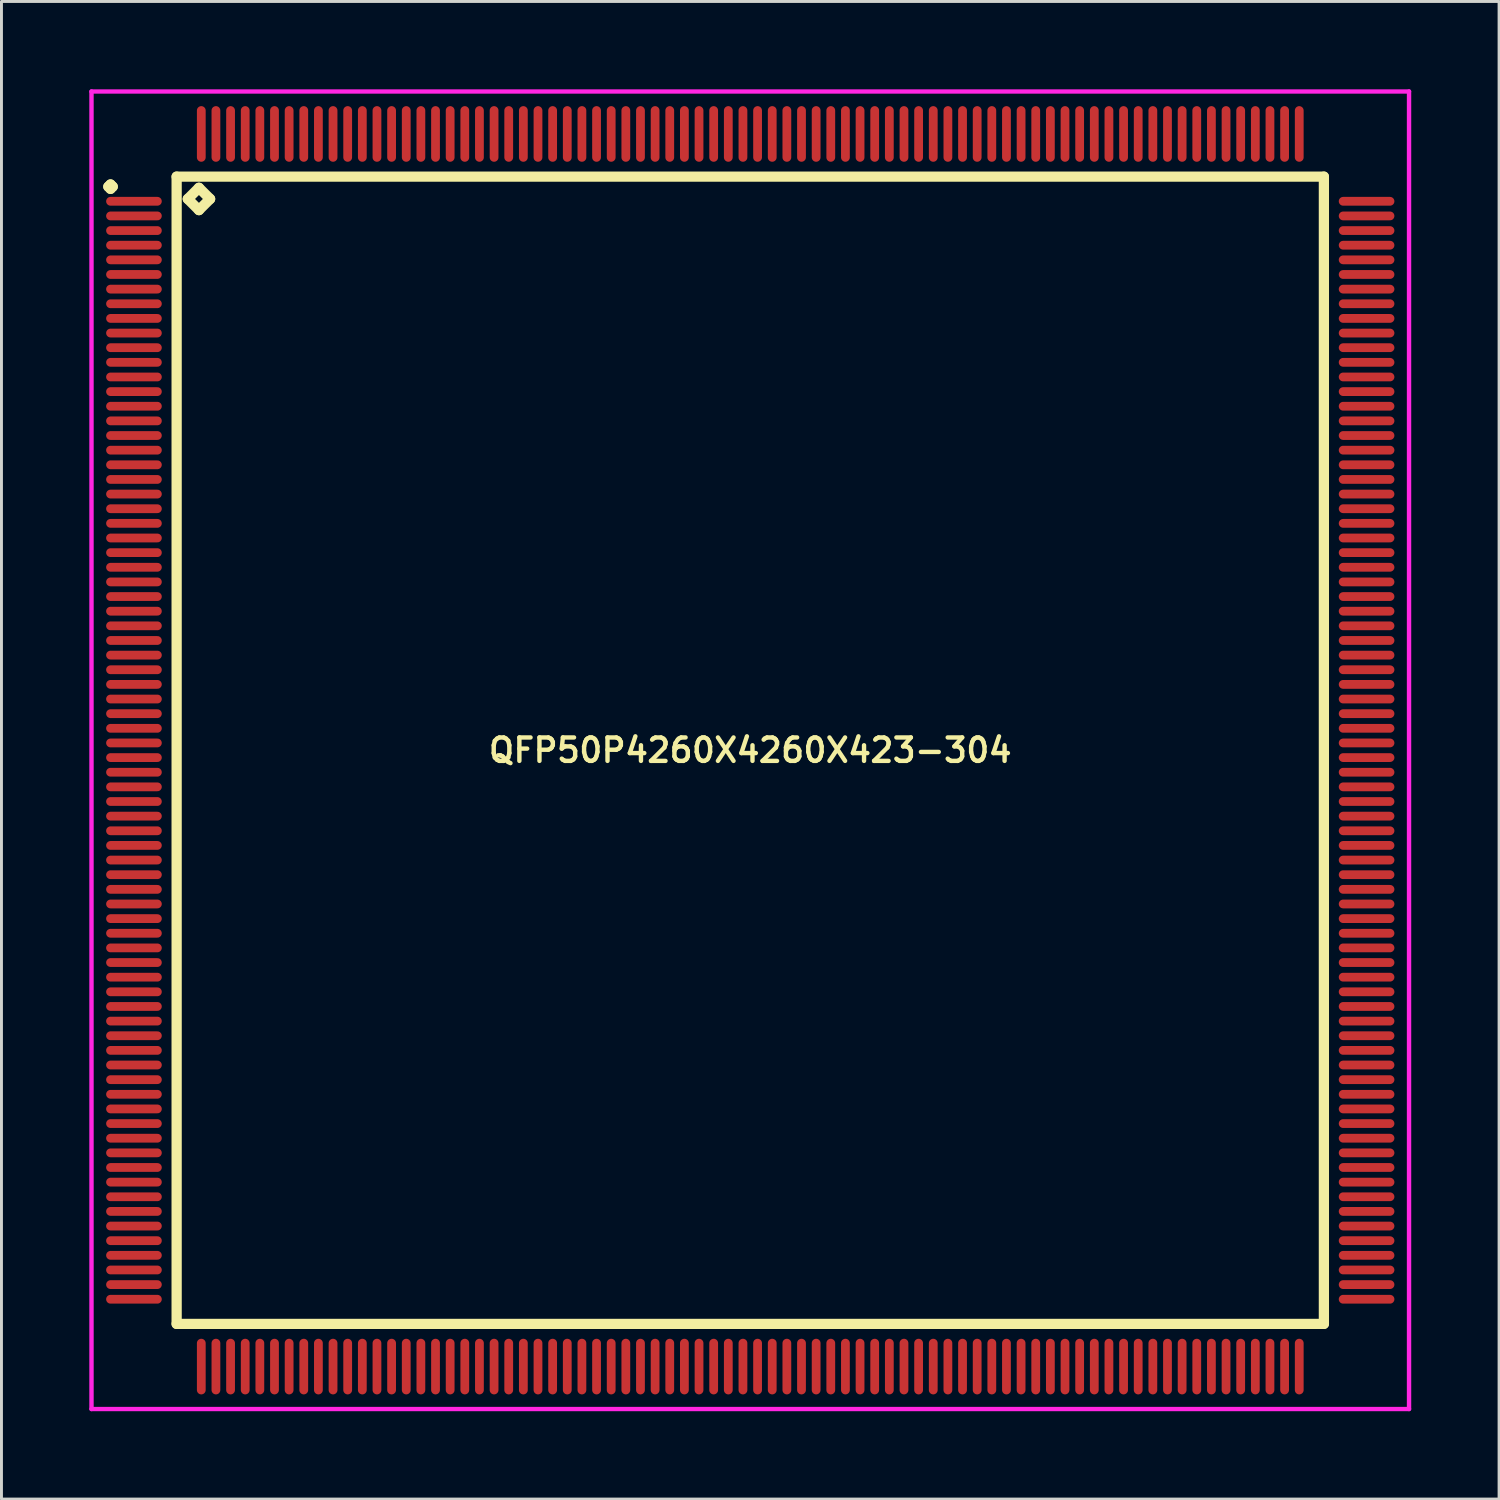
<source format=kicad_pcb>
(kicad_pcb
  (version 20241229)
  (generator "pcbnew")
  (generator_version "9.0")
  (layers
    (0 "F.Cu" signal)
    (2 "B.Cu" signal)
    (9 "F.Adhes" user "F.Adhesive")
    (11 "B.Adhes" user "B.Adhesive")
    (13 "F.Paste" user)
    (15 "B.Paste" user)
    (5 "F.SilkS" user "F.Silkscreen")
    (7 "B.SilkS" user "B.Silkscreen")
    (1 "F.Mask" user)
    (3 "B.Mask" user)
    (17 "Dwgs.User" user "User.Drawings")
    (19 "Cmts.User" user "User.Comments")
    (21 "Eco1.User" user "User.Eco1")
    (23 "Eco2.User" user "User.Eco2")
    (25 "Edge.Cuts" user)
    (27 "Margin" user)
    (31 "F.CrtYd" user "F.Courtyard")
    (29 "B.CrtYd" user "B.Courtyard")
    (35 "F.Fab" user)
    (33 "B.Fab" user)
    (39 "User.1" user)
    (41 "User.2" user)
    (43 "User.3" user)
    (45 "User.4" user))
  (footprint "QFP50P4260X4260X423-304"
    (layer "F.Cu")
    (at 22.575 22.575)
    (property "Reference" "QFP50P4260X4260X423-304" (at 0 0 0) (layer "F.SilkS") (effects (font (size 0.8 0.8) (thickness 0.15))))
    (attr smd)
    (fp_line (start -21.925 -19.25) (end -21.85 -19.325) (stroke (width 0.35) (type solid)) (layer "F.SilkS"))
    (fp_line (start -21.85 -19.325) (end -21.775 -19.25) (stroke (width 0.35) (type solid)) (layer "F.SilkS"))
    (fp_line (start -21.85 -19.175) (end -21.925 -19.25) (stroke (width 0.35) (type solid)) (layer "F.SilkS"))
    (fp_line (start -21.775 -19.25) (end -21.85 -19.175) (stroke (width 0.35) (type solid)) (layer "F.SilkS"))
    (fp_line (start -19.592 -19.592) (end -19.592 19.592) (stroke (width 0.35) (type solid)) (layer "F.SilkS"))
    (fp_line (start -19.592 19.592) (end 19.592 19.592) (stroke (width 0.35) (type solid)) (layer "F.SilkS"))
    (fp_line (start -19.211 -18.83) (end -18.83 -19.211) (stroke (width 0.35) (type solid)) (layer "F.SilkS"))
    (fp_line (start -18.83 -19.211) (end -18.449 -18.83) (stroke (width 0.35) (type solid)) (layer "F.SilkS"))
    (fp_line (start -18.83 -18.449) (end -19.211 -18.83) (stroke (width 0.35) (type solid)) (layer "F.SilkS"))
    (fp_line (start -18.449 -18.83) (end -18.83 -18.449) (stroke (width 0.35) (type solid)) (layer "F.SilkS"))
    (fp_line (start 19.592 -19.592) (end -19.592 -19.592) (stroke (width 0.35) (type solid)) (layer "F.SilkS"))
    (fp_line (start 19.592 19.592) (end 19.592 -19.592) (stroke (width 0.35) (type solid)) (layer "F.SilkS"))
    (fp_line (start -22.5 -22.5) (end 22.5 -22.5) (stroke (width 0.15) (type solid)) (layer "F.CrtYd"))
    (fp_line (start -22.5 22.5) (end -22.5 -22.5) (stroke (width 0.15) (type solid)) (layer "F.CrtYd"))
    (fp_line (start 22.5 -22.5) (end 22.5 22.5) (stroke (width 0.15) (type solid)) (layer "F.CrtYd"))
    (fp_line (start 22.5 22.5) (end -22.5 22.5) (stroke (width 0.15) (type solid)) (layer "F.CrtYd"))
    (pad "1" smd oval (at -21.05 -18.75) (size 1.9 0.3) (layers "F.Cu" "F.Mask" "F.Paste"))
    (pad "2" smd oval (at -21.05 -18.25) (size 1.9 0.3) (layers "F.Cu" "F.Mask" "F.Paste"))
    (pad "3" smd oval (at -21.05 -17.75) (size 1.9 0.3) (layers "F.Cu" "F.Mask" "F.Paste"))
    (pad "4" smd oval (at -21.05 -17.25) (size 1.9 0.3) (layers "F.Cu" "F.Mask" "F.Paste"))
    (pad "5" smd oval (at -21.05 -16.75) (size 1.9 0.3) (layers "F.Cu" "F.Mask" "F.Paste"))
    (pad "6" smd oval (at -21.05 -16.25) (size 1.9 0.3) (layers "F.Cu" "F.Mask" "F.Paste"))
    (pad "7" smd oval (at -21.05 -15.75) (size 1.9 0.3) (layers "F.Cu" "F.Mask" "F.Paste"))
    (pad "8" smd oval (at -21.05 -15.25) (size 1.9 0.3) (layers "F.Cu" "F.Mask" "F.Paste"))
    (pad "9" smd oval (at -21.05 -14.75) (size 1.9 0.3) (layers "F.Cu" "F.Mask" "F.Paste"))
    (pad "10" smd oval (at -21.05 -14.25) (size 1.9 0.3) (layers "F.Cu" "F.Mask" "F.Paste"))
    (pad "11" smd oval (at -21.05 -13.75) (size 1.9 0.3) (layers "F.Cu" "F.Mask" "F.Paste"))
    (pad "12" smd oval (at -21.05 -13.25) (size 1.9 0.3) (layers "F.Cu" "F.Mask" "F.Paste"))
    (pad "13" smd oval (at -21.05 -12.75) (size 1.9 0.3) (layers "F.Cu" "F.Mask" "F.Paste"))
    (pad "14" smd oval (at -21.05 -12.25) (size 1.9 0.3) (layers "F.Cu" "F.Mask" "F.Paste"))
    (pad "15" smd oval (at -21.05 -11.75) (size 1.9 0.3) (layers "F.Cu" "F.Mask" "F.Paste"))
    (pad "16" smd oval (at -21.05 -11.25) (size 1.9 0.3) (layers "F.Cu" "F.Mask" "F.Paste"))
    (pad "17" smd oval (at -21.05 -10.75) (size 1.9 0.3) (layers "F.Cu" "F.Mask" "F.Paste"))
    (pad "18" smd oval (at -21.05 -10.25) (size 1.9 0.3) (layers "F.Cu" "F.Mask" "F.Paste"))
    (pad "19" smd oval (at -21.05 -9.75) (size 1.9 0.3) (layers "F.Cu" "F.Mask" "F.Paste"))
    (pad "20" smd oval (at -21.05 -9.25) (size 1.9 0.3) (layers "F.Cu" "F.Mask" "F.Paste"))
    (pad "21" smd oval (at -21.05 -8.75) (size 1.9 0.3) (layers "F.Cu" "F.Mask" "F.Paste"))
    (pad "22" smd oval (at -21.05 -8.25) (size 1.9 0.3) (layers "F.Cu" "F.Mask" "F.Paste"))
    (pad "23" smd oval (at -21.05 -7.75) (size 1.9 0.3) (layers "F.Cu" "F.Mask" "F.Paste"))
    (pad "24" smd oval (at -21.05 -7.25) (size 1.9 0.3) (layers "F.Cu" "F.Mask" "F.Paste"))
    (pad "25" smd oval (at -21.05 -6.75) (size 1.9 0.3) (layers "F.Cu" "F.Mask" "F.Paste"))
    (pad "26" smd oval (at -21.05 -6.25) (size 1.9 0.3) (layers "F.Cu" "F.Mask" "F.Paste"))
    (pad "27" smd oval (at -21.05 -5.75) (size 1.9 0.3) (layers "F.Cu" "F.Mask" "F.Paste"))
    (pad "28" smd oval (at -21.05 -5.25) (size 1.9 0.3) (layers "F.Cu" "F.Mask" "F.Paste"))
    (pad "29" smd oval (at -21.05 -4.75) (size 1.9 0.3) (layers "F.Cu" "F.Mask" "F.Paste"))
    (pad "30" smd oval (at -21.05 -4.25) (size 1.9 0.3) (layers "F.Cu" "F.Mask" "F.Paste"))
    (pad "31" smd oval (at -21.05 -3.75) (size 1.9 0.3) (layers "F.Cu" "F.Mask" "F.Paste"))
    (pad "32" smd oval (at -21.05 -3.25) (size 1.9 0.3) (layers "F.Cu" "F.Mask" "F.Paste"))
    (pad "33" smd oval (at -21.05 -2.75) (size 1.9 0.3) (layers "F.Cu" "F.Mask" "F.Paste"))
    (pad "34" smd oval (at -21.05 -2.25) (size 1.9 0.3) (layers "F.Cu" "F.Mask" "F.Paste"))
    (pad "35" smd oval (at -21.05 -1.75) (size 1.9 0.3) (layers "F.Cu" "F.Mask" "F.Paste"))
    (pad "36" smd oval (at -21.05 -1.25) (size 1.9 0.3) (layers "F.Cu" "F.Mask" "F.Paste"))
    (pad "37" smd oval (at -21.05 -0.75) (size 1.9 0.3) (layers "F.Cu" "F.Mask" "F.Paste"))
    (pad "38" smd oval (at -21.05 -0.25) (size 1.9 0.3) (layers "F.Cu" "F.Mask" "F.Paste"))
    (pad "39" smd oval (at -21.05 0.25) (size 1.9 0.3) (layers "F.Cu" "F.Mask" "F.Paste"))
    (pad "40" smd oval (at -21.05 0.75) (size 1.9 0.3) (layers "F.Cu" "F.Mask" "F.Paste"))
    (pad "41" smd oval (at -21.05 1.25) (size 1.9 0.3) (layers "F.Cu" "F.Mask" "F.Paste"))
    (pad "42" smd oval (at -21.05 1.75) (size 1.9 0.3) (layers "F.Cu" "F.Mask" "F.Paste"))
    (pad "43" smd oval (at -21.05 2.25) (size 1.9 0.3) (layers "F.Cu" "F.Mask" "F.Paste"))
    (pad "44" smd oval (at -21.05 2.75) (size 1.9 0.3) (layers "F.Cu" "F.Mask" "F.Paste"))
    (pad "45" smd oval (at -21.05 3.25) (size 1.9 0.3) (layers "F.Cu" "F.Mask" "F.Paste"))
    (pad "46" smd oval (at -21.05 3.75) (size 1.9 0.3) (layers "F.Cu" "F.Mask" "F.Paste"))
    (pad "47" smd oval (at -21.05 4.25) (size 1.9 0.3) (layers "F.Cu" "F.Mask" "F.Paste"))
    (pad "48" smd oval (at -21.05 4.75) (size 1.9 0.3) (layers "F.Cu" "F.Mask" "F.Paste"))
    (pad "49" smd oval (at -21.05 5.25) (size 1.9 0.3) (layers "F.Cu" "F.Mask" "F.Paste"))
    (pad "50" smd oval (at -21.05 5.75) (size 1.9 0.3) (layers "F.Cu" "F.Mask" "F.Paste"))
    (pad "51" smd oval (at -21.05 6.25) (size 1.9 0.3) (layers "F.Cu" "F.Mask" "F.Paste"))
    (pad "52" smd oval (at -21.05 6.75) (size 1.9 0.3) (layers "F.Cu" "F.Mask" "F.Paste"))
    (pad "53" smd oval (at -21.05 7.25) (size 1.9 0.3) (layers "F.Cu" "F.Mask" "F.Paste"))
    (pad "54" smd oval (at -21.05 7.75) (size 1.9 0.3) (layers "F.Cu" "F.Mask" "F.Paste"))
    (pad "55" smd oval (at -21.05 8.25) (size 1.9 0.3) (layers "F.Cu" "F.Mask" "F.Paste"))
    (pad "56" smd oval (at -21.05 8.75) (size 1.9 0.3) (layers "F.Cu" "F.Mask" "F.Paste"))
    (pad "57" smd oval (at -21.05 9.25) (size 1.9 0.3) (layers "F.Cu" "F.Mask" "F.Paste"))
    (pad "58" smd oval (at -21.05 9.75) (size 1.9 0.3) (layers "F.Cu" "F.Mask" "F.Paste"))
    (pad "59" smd oval (at -21.05 10.25) (size 1.9 0.3) (layers "F.Cu" "F.Mask" "F.Paste"))
    (pad "60" smd oval (at -21.05 10.75) (size 1.9 0.3) (layers "F.Cu" "F.Mask" "F.Paste"))
    (pad "61" smd oval (at -21.05 11.25) (size 1.9 0.3) (layers "F.Cu" "F.Mask" "F.Paste"))
    (pad "62" smd oval (at -21.05 11.75) (size 1.9 0.3) (layers "F.Cu" "F.Mask" "F.Paste"))
    (pad "63" smd oval (at -21.05 12.25) (size 1.9 0.3) (layers "F.Cu" "F.Mask" "F.Paste"))
    (pad "64" smd oval (at -21.05 12.75) (size 1.9 0.3) (layers "F.Cu" "F.Mask" "F.Paste"))
    (pad "65" smd oval (at -21.05 13.25) (size 1.9 0.3) (layers "F.Cu" "F.Mask" "F.Paste"))
    (pad "66" smd oval (at -21.05 13.75) (size 1.9 0.3) (layers "F.Cu" "F.Mask" "F.Paste"))
    (pad "67" smd oval (at -21.05 14.25) (size 1.9 0.3) (layers "F.Cu" "F.Mask" "F.Paste"))
    (pad "68" smd oval (at -21.05 14.75) (size 1.9 0.3) (layers "F.Cu" "F.Mask" "F.Paste"))
    (pad "69" smd oval (at -21.05 15.25) (size 1.9 0.3) (layers "F.Cu" "F.Mask" "F.Paste"))
    (pad "70" smd oval (at -21.05 15.75) (size 1.9 0.3) (layers "F.Cu" "F.Mask" "F.Paste"))
    (pad "71" smd oval (at -21.05 16.25) (size 1.9 0.3) (layers "F.Cu" "F.Mask" "F.Paste"))
    (pad "72" smd oval (at -21.05 16.75) (size 1.9 0.3) (layers "F.Cu" "F.Mask" "F.Paste"))
    (pad "73" smd oval (at -21.05 17.25) (size 1.9 0.3) (layers "F.Cu" "F.Mask" "F.Paste"))
    (pad "74" smd oval (at -21.05 17.75) (size 1.9 0.3) (layers "F.Cu" "F.Mask" "F.Paste"))
    (pad "75" smd oval (at -21.05 18.25) (size 1.9 0.3) (layers "F.Cu" "F.Mask" "F.Paste"))
    (pad "76" smd oval (at -21.05 18.75) (size 1.9 0.3) (layers "F.Cu" "F.Mask" "F.Paste"))
    (pad "77" smd oval (at -18.75 21.05) (size 0.3 1.9) (layers "F.Cu" "F.Mask" "F.Paste"))
    (pad "78" smd oval (at -18.25 21.05) (size 0.3 1.9) (layers "F.Cu" "F.Mask" "F.Paste"))
    (pad "79" smd oval (at -17.75 21.05) (size 0.3 1.9) (layers "F.Cu" "F.Mask" "F.Paste"))
    (pad "80" smd oval (at -17.25 21.05) (size 0.3 1.9) (layers "F.Cu" "F.Mask" "F.Paste"))
    (pad "81" smd oval (at -16.75 21.05) (size 0.3 1.9) (layers "F.Cu" "F.Mask" "F.Paste"))
    (pad "82" smd oval (at -16.25 21.05) (size 0.3 1.9) (layers "F.Cu" "F.Mask" "F.Paste"))
    (pad "83" smd oval (at -15.75 21.05) (size 0.3 1.9) (layers "F.Cu" "F.Mask" "F.Paste"))
    (pad "84" smd oval (at -15.25 21.05) (size 0.3 1.9) (layers "F.Cu" "F.Mask" "F.Paste"))
    (pad "85" smd oval (at -14.75 21.05) (size 0.3 1.9) (layers "F.Cu" "F.Mask" "F.Paste"))
    (pad "86" smd oval (at -14.25 21.05) (size 0.3 1.9) (layers "F.Cu" "F.Mask" "F.Paste"))
    (pad "87" smd oval (at -13.75 21.05) (size 0.3 1.9) (layers "F.Cu" "F.Mask" "F.Paste"))
    (pad "88" smd oval (at -13.25 21.05) (size 0.3 1.9) (layers "F.Cu" "F.Mask" "F.Paste"))
    (pad "89" smd oval (at -12.75 21.05) (size 0.3 1.9) (layers "F.Cu" "F.Mask" "F.Paste"))
    (pad "90" smd oval (at -12.25 21.05) (size 0.3 1.9) (layers "F.Cu" "F.Mask" "F.Paste"))
    (pad "91" smd oval (at -11.75 21.05) (size 0.3 1.9) (layers "F.Cu" "F.Mask" "F.Paste"))
    (pad "92" smd oval (at -11.25 21.05) (size 0.3 1.9) (layers "F.Cu" "F.Mask" "F.Paste"))
    (pad "93" smd oval (at -10.75 21.05) (size 0.3 1.9) (layers "F.Cu" "F.Mask" "F.Paste"))
    (pad "94" smd oval (at -10.25 21.05) (size 0.3 1.9) (layers "F.Cu" "F.Mask" "F.Paste"))
    (pad "95" smd oval (at -9.75 21.05) (size 0.3 1.9) (layers "F.Cu" "F.Mask" "F.Paste"))
    (pad "96" smd oval (at -9.25 21.05) (size 0.3 1.9) (layers "F.Cu" "F.Mask" "F.Paste"))
    (pad "97" smd oval (at -8.75 21.05) (size 0.3 1.9) (layers "F.Cu" "F.Mask" "F.Paste"))
    (pad "98" smd oval (at -8.25 21.05) (size 0.3 1.9) (layers "F.Cu" "F.Mask" "F.Paste"))
    (pad "99" smd oval (at -7.75 21.05) (size 0.3 1.9) (layers "F.Cu" "F.Mask" "F.Paste"))
    (pad "100" smd oval (at -7.25 21.05) (size 0.3 1.9) (layers "F.Cu" "F.Mask" "F.Paste"))
    (pad "101" smd oval (at -6.75 21.05) (size 0.3 1.9) (layers "F.Cu" "F.Mask" "F.Paste"))
    (pad "102" smd oval (at -6.25 21.05) (size 0.3 1.9) (layers "F.Cu" "F.Mask" "F.Paste"))
    (pad "103" smd oval (at -5.75 21.05) (size 0.3 1.9) (layers "F.Cu" "F.Mask" "F.Paste"))
    (pad "104" smd oval (at -5.25 21.05) (size 0.3 1.9) (layers "F.Cu" "F.Mask" "F.Paste"))
    (pad "105" smd oval (at -4.75 21.05) (size 0.3 1.9) (layers "F.Cu" "F.Mask" "F.Paste"))
    (pad "106" smd oval (at -4.25 21.05) (size 0.3 1.9) (layers "F.Cu" "F.Mask" "F.Paste"))
    (pad "107" smd oval (at -3.75 21.05) (size 0.3 1.9) (layers "F.Cu" "F.Mask" "F.Paste"))
    (pad "108" smd oval (at -3.25 21.05) (size 0.3 1.9) (layers "F.Cu" "F.Mask" "F.Paste"))
    (pad "109" smd oval (at -2.75 21.05) (size 0.3 1.9) (layers "F.Cu" "F.Mask" "F.Paste"))
    (pad "110" smd oval (at -2.25 21.05) (size 0.3 1.9) (layers "F.Cu" "F.Mask" "F.Paste"))
    (pad "111" smd oval (at -1.75 21.05) (size 0.3 1.9) (layers "F.Cu" "F.Mask" "F.Paste"))
    (pad "112" smd oval (at -1.25 21.05) (size 0.3 1.9) (layers "F.Cu" "F.Mask" "F.Paste"))
    (pad "113" smd oval (at -0.75 21.05) (size 0.3 1.9) (layers "F.Cu" "F.Mask" "F.Paste"))
    (pad "114" smd oval (at -0.25 21.05) (size 0.3 1.9) (layers "F.Cu" "F.Mask" "F.Paste"))
    (pad "115" smd oval (at 0.25 21.05) (size 0.3 1.9) (layers "F.Cu" "F.Mask" "F.Paste"))
    (pad "116" smd oval (at 0.75 21.05) (size 0.3 1.9) (layers "F.Cu" "F.Mask" "F.Paste"))
    (pad "117" smd oval (at 1.25 21.05) (size 0.3 1.9) (layers "F.Cu" "F.Mask" "F.Paste"))
    (pad "118" smd oval (at 1.75 21.05) (size 0.3 1.9) (layers "F.Cu" "F.Mask" "F.Paste"))
    (pad "119" smd oval (at 2.25 21.05) (size 0.3 1.9) (layers "F.Cu" "F.Mask" "F.Paste"))
    (pad "120" smd oval (at 2.75 21.05) (size 0.3 1.9) (layers "F.Cu" "F.Mask" "F.Paste"))
    (pad "121" smd oval (at 3.25 21.05) (size 0.3 1.9) (layers "F.Cu" "F.Mask" "F.Paste"))
    (pad "122" smd oval (at 3.75 21.05) (size 0.3 1.9) (layers "F.Cu" "F.Mask" "F.Paste"))
    (pad "123" smd oval (at 4.25 21.05) (size 0.3 1.9) (layers "F.Cu" "F.Mask" "F.Paste"))
    (pad "124" smd oval (at 4.75 21.05) (size 0.3 1.9) (layers "F.Cu" "F.Mask" "F.Paste"))
    (pad "125" smd oval (at 5.25 21.05) (size 0.3 1.9) (layers "F.Cu" "F.Mask" "F.Paste"))
    (pad "126" smd oval (at 5.75 21.05) (size 0.3 1.9) (layers "F.Cu" "F.Mask" "F.Paste"))
    (pad "127" smd oval (at 6.25 21.05) (size 0.3 1.9) (layers "F.Cu" "F.Mask" "F.Paste"))
    (pad "128" smd oval (at 6.75 21.05) (size 0.3 1.9) (layers "F.Cu" "F.Mask" "F.Paste"))
    (pad "129" smd oval (at 7.25 21.05) (size 0.3 1.9) (layers "F.Cu" "F.Mask" "F.Paste"))
    (pad "130" smd oval (at 7.75 21.05) (size 0.3 1.9) (layers "F.Cu" "F.Mask" "F.Paste"))
    (pad "131" smd oval (at 8.25 21.05) (size 0.3 1.9) (layers "F.Cu" "F.Mask" "F.Paste"))
    (pad "132" smd oval (at 8.75 21.05) (size 0.3 1.9) (layers "F.Cu" "F.Mask" "F.Paste"))
    (pad "133" smd oval (at 9.25 21.05) (size 0.3 1.9) (layers "F.Cu" "F.Mask" "F.Paste"))
    (pad "134" smd oval (at 9.75 21.05) (size 0.3 1.9) (layers "F.Cu" "F.Mask" "F.Paste"))
    (pad "135" smd oval (at 10.25 21.05) (size 0.3 1.9) (layers "F.Cu" "F.Mask" "F.Paste"))
    (pad "136" smd oval (at 10.75 21.05) (size 0.3 1.9) (layers "F.Cu" "F.Mask" "F.Paste"))
    (pad "137" smd oval (at 11.25 21.05) (size 0.3 1.9) (layers "F.Cu" "F.Mask" "F.Paste"))
    (pad "138" smd oval (at 11.75 21.05) (size 0.3 1.9) (layers "F.Cu" "F.Mask" "F.Paste"))
    (pad "139" smd oval (at 12.25 21.05) (size 0.3 1.9) (layers "F.Cu" "F.Mask" "F.Paste"))
    (pad "140" smd oval (at 12.75 21.05) (size 0.3 1.9) (layers "F.Cu" "F.Mask" "F.Paste"))
    (pad "141" smd oval (at 13.25 21.05) (size 0.3 1.9) (layers "F.Cu" "F.Mask" "F.Paste"))
    (pad "142" smd oval (at 13.75 21.05) (size 0.3 1.9) (layers "F.Cu" "F.Mask" "F.Paste"))
    (pad "143" smd oval (at 14.25 21.05) (size 0.3 1.9) (layers "F.Cu" "F.Mask" "F.Paste"))
    (pad "144" smd oval (at 14.75 21.05) (size 0.3 1.9) (layers "F.Cu" "F.Mask" "F.Paste"))
    (pad "145" smd oval (at 15.25 21.05) (size 0.3 1.9) (layers "F.Cu" "F.Mask" "F.Paste"))
    (pad "146" smd oval (at 15.75 21.05) (size 0.3 1.9) (layers "F.Cu" "F.Mask" "F.Paste"))
    (pad "147" smd oval (at 16.25 21.05) (size 0.3 1.9) (layers "F.Cu" "F.Mask" "F.Paste"))
    (pad "148" smd oval (at 16.75 21.05) (size 0.3 1.9) (layers "F.Cu" "F.Mask" "F.Paste"))
    (pad "149" smd oval (at 17.25 21.05) (size 0.3 1.9) (layers "F.Cu" "F.Mask" "F.Paste"))
    (pad "150" smd oval (at 17.75 21.05) (size 0.3 1.9) (layers "F.Cu" "F.Mask" "F.Paste"))
    (pad "151" smd oval (at 18.25 21.05) (size 0.3 1.9) (layers "F.Cu" "F.Mask" "F.Paste"))
    (pad "152" smd oval (at 18.75 21.05) (size 0.3 1.9) (layers "F.Cu" "F.Mask" "F.Paste"))
    (pad "153" smd oval (at 21.05 18.75) (size 1.9 0.3) (layers "F.Cu" "F.Mask" "F.Paste"))
    (pad "154" smd oval (at 21.05 18.25) (size 1.9 0.3) (layers "F.Cu" "F.Mask" "F.Paste"))
    (pad "155" smd oval (at 21.05 17.75) (size 1.9 0.3) (layers "F.Cu" "F.Mask" "F.Paste"))
    (pad "156" smd oval (at 21.05 17.25) (size 1.9 0.3) (layers "F.Cu" "F.Mask" "F.Paste"))
    (pad "157" smd oval (at 21.05 16.75) (size 1.9 0.3) (layers "F.Cu" "F.Mask" "F.Paste"))
    (pad "158" smd oval (at 21.05 16.25) (size 1.9 0.3) (layers "F.Cu" "F.Mask" "F.Paste"))
    (pad "159" smd oval (at 21.05 15.75) (size 1.9 0.3) (layers "F.Cu" "F.Mask" "F.Paste"))
    (pad "160" smd oval (at 21.05 15.25) (size 1.9 0.3) (layers "F.Cu" "F.Mask" "F.Paste"))
    (pad "161" smd oval (at 21.05 14.75) (size 1.9 0.3) (layers "F.Cu" "F.Mask" "F.Paste"))
    (pad "162" smd oval (at 21.05 14.25) (size 1.9 0.3) (layers "F.Cu" "F.Mask" "F.Paste"))
    (pad "163" smd oval (at 21.05 13.75) (size 1.9 0.3) (layers "F.Cu" "F.Mask" "F.Paste"))
    (pad "164" smd oval (at 21.05 13.25) (size 1.9 0.3) (layers "F.Cu" "F.Mask" "F.Paste"))
    (pad "165" smd oval (at 21.05 12.75) (size 1.9 0.3) (layers "F.Cu" "F.Mask" "F.Paste"))
    (pad "166" smd oval (at 21.05 12.25) (size 1.9 0.3) (layers "F.Cu" "F.Mask" "F.Paste"))
    (pad "167" smd oval (at 21.05 11.75) (size 1.9 0.3) (layers "F.Cu" "F.Mask" "F.Paste"))
    (pad "168" smd oval (at 21.05 11.25) (size 1.9 0.3) (layers "F.Cu" "F.Mask" "F.Paste"))
    (pad "169" smd oval (at 21.05 10.75) (size 1.9 0.3) (layers "F.Cu" "F.Mask" "F.Paste"))
    (pad "170" smd oval (at 21.05 10.25) (size 1.9 0.3) (layers "F.Cu" "F.Mask" "F.Paste"))
    (pad "171" smd oval (at 21.05 9.75) (size 1.9 0.3) (layers "F.Cu" "F.Mask" "F.Paste"))
    (pad "172" smd oval (at 21.05 9.25) (size 1.9 0.3) (layers "F.Cu" "F.Mask" "F.Paste"))
    (pad "173" smd oval (at 21.05 8.75) (size 1.9 0.3) (layers "F.Cu" "F.Mask" "F.Paste"))
    (pad "174" smd oval (at 21.05 8.25) (size 1.9 0.3) (layers "F.Cu" "F.Mask" "F.Paste"))
    (pad "175" smd oval (at 21.05 7.75) (size 1.9 0.3) (layers "F.Cu" "F.Mask" "F.Paste"))
    (pad "176" smd oval (at 21.05 7.25) (size 1.9 0.3) (layers "F.Cu" "F.Mask" "F.Paste"))
    (pad "177" smd oval (at 21.05 6.75) (size 1.9 0.3) (layers "F.Cu" "F.Mask" "F.Paste"))
    (pad "178" smd oval (at 21.05 6.25) (size 1.9 0.3) (layers "F.Cu" "F.Mask" "F.Paste"))
    (pad "179" smd oval (at 21.05 5.75) (size 1.9 0.3) (layers "F.Cu" "F.Mask" "F.Paste"))
    (pad "180" smd oval (at 21.05 5.25) (size 1.9 0.3) (layers "F.Cu" "F.Mask" "F.Paste"))
    (pad "181" smd oval (at 21.05 4.75) (size 1.9 0.3) (layers "F.Cu" "F.Mask" "F.Paste"))
    (pad "182" smd oval (at 21.05 4.25) (size 1.9 0.3) (layers "F.Cu" "F.Mask" "F.Paste"))
    (pad "183" smd oval (at 21.05 3.75) (size 1.9 0.3) (layers "F.Cu" "F.Mask" "F.Paste"))
    (pad "184" smd oval (at 21.05 3.25) (size 1.9 0.3) (layers "F.Cu" "F.Mask" "F.Paste"))
    (pad "185" smd oval (at 21.05 2.75) (size 1.9 0.3) (layers "F.Cu" "F.Mask" "F.Paste"))
    (pad "186" smd oval (at 21.05 2.25) (size 1.9 0.3) (layers "F.Cu" "F.Mask" "F.Paste"))
    (pad "187" smd oval (at 21.05 1.75) (size 1.9 0.3) (layers "F.Cu" "F.Mask" "F.Paste"))
    (pad "188" smd oval (at 21.05 1.25) (size 1.9 0.3) (layers "F.Cu" "F.Mask" "F.Paste"))
    (pad "189" smd oval (at 21.05 0.75) (size 1.9 0.3) (layers "F.Cu" "F.Mask" "F.Paste"))
    (pad "190" smd oval (at 21.05 0.25) (size 1.9 0.3) (layers "F.Cu" "F.Mask" "F.Paste"))
    (pad "191" smd oval (at 21.05 -0.25) (size 1.9 0.3) (layers "F.Cu" "F.Mask" "F.Paste"))
    (pad "192" smd oval (at 21.05 -0.75) (size 1.9 0.3) (layers "F.Cu" "F.Mask" "F.Paste"))
    (pad "193" smd oval (at 21.05 -1.25) (size 1.9 0.3) (layers "F.Cu" "F.Mask" "F.Paste"))
    (pad "194" smd oval (at 21.05 -1.75) (size 1.9 0.3) (layers "F.Cu" "F.Mask" "F.Paste"))
    (pad "195" smd oval (at 21.05 -2.25) (size 1.9 0.3) (layers "F.Cu" "F.Mask" "F.Paste"))
    (pad "196" smd oval (at 21.05 -2.75) (size 1.9 0.3) (layers "F.Cu" "F.Mask" "F.Paste"))
    (pad "197" smd oval (at 21.05 -3.25) (size 1.9 0.3) (layers "F.Cu" "F.Mask" "F.Paste"))
    (pad "198" smd oval (at 21.05 -3.75) (size 1.9 0.3) (layers "F.Cu" "F.Mask" "F.Paste"))
    (pad "199" smd oval (at 21.05 -4.25) (size 1.9 0.3) (layers "F.Cu" "F.Mask" "F.Paste"))
    (pad "200" smd oval (at 21.05 -4.75) (size 1.9 0.3) (layers "F.Cu" "F.Mask" "F.Paste"))
    (pad "201" smd oval (at 21.05 -5.25) (size 1.9 0.3) (layers "F.Cu" "F.Mask" "F.Paste"))
    (pad "202" smd oval (at 21.05 -5.75) (size 1.9 0.3) (layers "F.Cu" "F.Mask" "F.Paste"))
    (pad "203" smd oval (at 21.05 -6.25) (size 1.9 0.3) (layers "F.Cu" "F.Mask" "F.Paste"))
    (pad "204" smd oval (at 21.05 -6.75) (size 1.9 0.3) (layers "F.Cu" "F.Mask" "F.Paste"))
    (pad "205" smd oval (at 21.05 -7.25) (size 1.9 0.3) (layers "F.Cu" "F.Mask" "F.Paste"))
    (pad "206" smd oval (at 21.05 -7.75) (size 1.9 0.3) (layers "F.Cu" "F.Mask" "F.Paste"))
    (pad "207" smd oval (at 21.05 -8.25) (size 1.9 0.3) (layers "F.Cu" "F.Mask" "F.Paste"))
    (pad "208" smd oval (at 21.05 -8.75) (size 1.9 0.3) (layers "F.Cu" "F.Mask" "F.Paste"))
    (pad "209" smd oval (at 21.05 -9.25) (size 1.9 0.3) (layers "F.Cu" "F.Mask" "F.Paste"))
    (pad "210" smd oval (at 21.05 -9.75) (size 1.9 0.3) (layers "F.Cu" "F.Mask" "F.Paste"))
    (pad "211" smd oval (at 21.05 -10.25) (size 1.9 0.3) (layers "F.Cu" "F.Mask" "F.Paste"))
    (pad "212" smd oval (at 21.05 -10.75) (size 1.9 0.3) (layers "F.Cu" "F.Mask" "F.Paste"))
    (pad "213" smd oval (at 21.05 -11.25) (size 1.9 0.3) (layers "F.Cu" "F.Mask" "F.Paste"))
    (pad "214" smd oval (at 21.05 -11.75) (size 1.9 0.3) (layers "F.Cu" "F.Mask" "F.Paste"))
    (pad "215" smd oval (at 21.05 -12.25) (size 1.9 0.3) (layers "F.Cu" "F.Mask" "F.Paste"))
    (pad "216" smd oval (at 21.05 -12.75) (size 1.9 0.3) (layers "F.Cu" "F.Mask" "F.Paste"))
    (pad "217" smd oval (at 21.05 -13.25) (size 1.9 0.3) (layers "F.Cu" "F.Mask" "F.Paste"))
    (pad "218" smd oval (at 21.05 -13.75) (size 1.9 0.3) (layers "F.Cu" "F.Mask" "F.Paste"))
    (pad "219" smd oval (at 21.05 -14.25) (size 1.9 0.3) (layers "F.Cu" "F.Mask" "F.Paste"))
    (pad "220" smd oval (at 21.05 -14.75) (size 1.9 0.3) (layers "F.Cu" "F.Mask" "F.Paste"))
    (pad "221" smd oval (at 21.05 -15.25) (size 1.9 0.3) (layers "F.Cu" "F.Mask" "F.Paste"))
    (pad "222" smd oval (at 21.05 -15.75) (size 1.9 0.3) (layers "F.Cu" "F.Mask" "F.Paste"))
    (pad "223" smd oval (at 21.05 -16.25) (size 1.9 0.3) (layers "F.Cu" "F.Mask" "F.Paste"))
    (pad "224" smd oval (at 21.05 -16.75) (size 1.9 0.3) (layers "F.Cu" "F.Mask" "F.Paste"))
    (pad "225" smd oval (at 21.05 -17.25) (size 1.9 0.3) (layers "F.Cu" "F.Mask" "F.Paste"))
    (pad "226" smd oval (at 21.05 -17.75) (size 1.9 0.3) (layers "F.Cu" "F.Mask" "F.Paste"))
    (pad "227" smd oval (at 21.05 -18.25) (size 1.9 0.3) (layers "F.Cu" "F.Mask" "F.Paste"))
    (pad "228" smd oval (at 21.05 -18.75) (size 1.9 0.3) (layers "F.Cu" "F.Mask" "F.Paste"))
    (pad "229" smd oval (at 18.75 -21.05) (size 0.3 1.9) (layers "F.Cu" "F.Mask" "F.Paste"))
    (pad "230" smd oval (at 18.25 -21.05) (size 0.3 1.9) (layers "F.Cu" "F.Mask" "F.Paste"))
    (pad "231" smd oval (at 17.75 -21.05) (size 0.3 1.9) (layers "F.Cu" "F.Mask" "F.Paste"))
    (pad "232" smd oval (at 17.25 -21.05) (size 0.3 1.9) (layers "F.Cu" "F.Mask" "F.Paste"))
    (pad "233" smd oval (at 16.75 -21.05) (size 0.3 1.9) (layers "F.Cu" "F.Mask" "F.Paste"))
    (pad "234" smd oval (at 16.25 -21.05) (size 0.3 1.9) (layers "F.Cu" "F.Mask" "F.Paste"))
    (pad "235" smd oval (at 15.75 -21.05) (size 0.3 1.9) (layers "F.Cu" "F.Mask" "F.Paste"))
    (pad "236" smd oval (at 15.25 -21.05) (size 0.3 1.9) (layers "F.Cu" "F.Mask" "F.Paste"))
    (pad "237" smd oval (at 14.75 -21.05) (size 0.3 1.9) (layers "F.Cu" "F.Mask" "F.Paste"))
    (pad "238" smd oval (at 14.25 -21.05) (size 0.3 1.9) (layers "F.Cu" "F.Mask" "F.Paste"))
    (pad "239" smd oval (at 13.75 -21.05) (size 0.3 1.9) (layers "F.Cu" "F.Mask" "F.Paste"))
    (pad "240" smd oval (at 13.25 -21.05) (size 0.3 1.9) (layers "F.Cu" "F.Mask" "F.Paste"))
    (pad "241" smd oval (at 12.75 -21.05) (size 0.3 1.9) (layers "F.Cu" "F.Mask" "F.Paste"))
    (pad "242" smd oval (at 12.25 -21.05) (size 0.3 1.9) (layers "F.Cu" "F.Mask" "F.Paste"))
    (pad "243" smd oval (at 11.75 -21.05) (size 0.3 1.9) (layers "F.Cu" "F.Mask" "F.Paste"))
    (pad "244" smd oval (at 11.25 -21.05) (size 0.3 1.9) (layers "F.Cu" "F.Mask" "F.Paste"))
    (pad "245" smd oval (at 10.75 -21.05) (size 0.3 1.9) (layers "F.Cu" "F.Mask" "F.Paste"))
    (pad "246" smd oval (at 10.25 -21.05) (size 0.3 1.9) (layers "F.Cu" "F.Mask" "F.Paste"))
    (pad "247" smd oval (at 9.75 -21.05) (size 0.3 1.9) (layers "F.Cu" "F.Mask" "F.Paste"))
    (pad "248" smd oval (at 9.25 -21.05) (size 0.3 1.9) (layers "F.Cu" "F.Mask" "F.Paste"))
    (pad "249" smd oval (at 8.75 -21.05) (size 0.3 1.9) (layers "F.Cu" "F.Mask" "F.Paste"))
    (pad "250" smd oval (at 8.25 -21.05) (size 0.3 1.9) (layers "F.Cu" "F.Mask" "F.Paste"))
    (pad "251" smd oval (at 7.75 -21.05) (size 0.3 1.9) (layers "F.Cu" "F.Mask" "F.Paste"))
    (pad "252" smd oval (at 7.25 -21.05) (size 0.3 1.9) (layers "F.Cu" "F.Mask" "F.Paste"))
    (pad "253" smd oval (at 6.75 -21.05) (size 0.3 1.9) (layers "F.Cu" "F.Mask" "F.Paste"))
    (pad "254" smd oval (at 6.25 -21.05) (size 0.3 1.9) (layers "F.Cu" "F.Mask" "F.Paste"))
    (pad "255" smd oval (at 5.75 -21.05) (size 0.3 1.9) (layers "F.Cu" "F.Mask" "F.Paste"))
    (pad "256" smd oval (at 5.25 -21.05) (size 0.3 1.9) (layers "F.Cu" "F.Mask" "F.Paste"))
    (pad "257" smd oval (at 4.75 -21.05) (size 0.3 1.9) (layers "F.Cu" "F.Mask" "F.Paste"))
    (pad "258" smd oval (at 4.25 -21.05) (size 0.3 1.9) (layers "F.Cu" "F.Mask" "F.Paste"))
    (pad "259" smd oval (at 3.75 -21.05) (size 0.3 1.9) (layers "F.Cu" "F.Mask" "F.Paste"))
    (pad "260" smd oval (at 3.25 -21.05) (size 0.3 1.9) (layers "F.Cu" "F.Mask" "F.Paste"))
    (pad "261" smd oval (at 2.75 -21.05) (size 0.3 1.9) (layers "F.Cu" "F.Mask" "F.Paste"))
    (pad "262" smd oval (at 2.25 -21.05) (size 0.3 1.9) (layers "F.Cu" "F.Mask" "F.Paste"))
    (pad "263" smd oval (at 1.75 -21.05) (size 0.3 1.9) (layers "F.Cu" "F.Mask" "F.Paste"))
    (pad "264" smd oval (at 1.25 -21.05) (size 0.3 1.9) (layers "F.Cu" "F.Mask" "F.Paste"))
    (pad "265" smd oval (at 0.75 -21.05) (size 0.3 1.9) (layers "F.Cu" "F.Mask" "F.Paste"))
    (pad "266" smd oval (at 0.25 -21.05) (size 0.3 1.9) (layers "F.Cu" "F.Mask" "F.Paste"))
    (pad "267" smd oval (at -0.25 -21.05) (size 0.3 1.9) (layers "F.Cu" "F.Mask" "F.Paste"))
    (pad "268" smd oval (at -0.75 -21.05) (size 0.3 1.9) (layers "F.Cu" "F.Mask" "F.Paste"))
    (pad "269" smd oval (at -1.25 -21.05) (size 0.3 1.9) (layers "F.Cu" "F.Mask" "F.Paste"))
    (pad "270" smd oval (at -1.75 -21.05) (size 0.3 1.9) (layers "F.Cu" "F.Mask" "F.Paste"))
    (pad "271" smd oval (at -2.25 -21.05) (size 0.3 1.9) (layers "F.Cu" "F.Mask" "F.Paste"))
    (pad "272" smd oval (at -2.75 -21.05) (size 0.3 1.9) (layers "F.Cu" "F.Mask" "F.Paste"))
    (pad "273" smd oval (at -3.25 -21.05) (size 0.3 1.9) (layers "F.Cu" "F.Mask" "F.Paste"))
    (pad "274" smd oval (at -3.75 -21.05) (size 0.3 1.9) (layers "F.Cu" "F.Mask" "F.Paste"))
    (pad "275" smd oval (at -4.25 -21.05) (size 0.3 1.9) (layers "F.Cu" "F.Mask" "F.Paste"))
    (pad "276" smd oval (at -4.75 -21.05) (size 0.3 1.9) (layers "F.Cu" "F.Mask" "F.Paste"))
    (pad "277" smd oval (at -5.25 -21.05) (size 0.3 1.9) (layers "F.Cu" "F.Mask" "F.Paste"))
    (pad "278" smd oval (at -5.75 -21.05) (size 0.3 1.9) (layers "F.Cu" "F.Mask" "F.Paste"))
    (pad "279" smd oval (at -6.25 -21.05) (size 0.3 1.9) (layers "F.Cu" "F.Mask" "F.Paste"))
    (pad "280" smd oval (at -6.75 -21.05) (size 0.3 1.9) (layers "F.Cu" "F.Mask" "F.Paste"))
    (pad "281" smd oval (at -7.25 -21.05) (size 0.3 1.9) (layers "F.Cu" "F.Mask" "F.Paste"))
    (pad "282" smd oval (at -7.75 -21.05) (size 0.3 1.9) (layers "F.Cu" "F.Mask" "F.Paste"))
    (pad "283" smd oval (at -8.25 -21.05) (size 0.3 1.9) (layers "F.Cu" "F.Mask" "F.Paste"))
    (pad "284" smd oval (at -8.75 -21.05) (size 0.3 1.9) (layers "F.Cu" "F.Mask" "F.Paste"))
    (pad "285" smd oval (at -9.25 -21.05) (size 0.3 1.9) (layers "F.Cu" "F.Mask" "F.Paste"))
    (pad "286" smd oval (at -9.75 -21.05) (size 0.3 1.9) (layers "F.Cu" "F.Mask" "F.Paste"))
    (pad "287" smd oval (at -10.25 -21.05) (size 0.3 1.9) (layers "F.Cu" "F.Mask" "F.Paste"))
    (pad "288" smd oval (at -10.75 -21.05) (size 0.3 1.9) (layers "F.Cu" "F.Mask" "F.Paste"))
    (pad "289" smd oval (at -11.25 -21.05) (size 0.3 1.9) (layers "F.Cu" "F.Mask" "F.Paste"))
    (pad "290" smd oval (at -11.75 -21.05) (size 0.3 1.9) (layers "F.Cu" "F.Mask" "F.Paste"))
    (pad "291" smd oval (at -12.25 -21.05) (size 0.3 1.9) (layers "F.Cu" "F.Mask" "F.Paste"))
    (pad "292" smd oval (at -12.75 -21.05) (size 0.3 1.9) (layers "F.Cu" "F.Mask" "F.Paste"))
    (pad "293" smd oval (at -13.25 -21.05) (size 0.3 1.9) (layers "F.Cu" "F.Mask" "F.Paste"))
    (pad "294" smd oval (at -13.75 -21.05) (size 0.3 1.9) (layers "F.Cu" "F.Mask" "F.Paste"))
    (pad "295" smd oval (at -14.25 -21.05) (size 0.3 1.9) (layers "F.Cu" "F.Mask" "F.Paste"))
    (pad "296" smd oval (at -14.75 -21.05) (size 0.3 1.9) (layers "F.Cu" "F.Mask" "F.Paste"))
    (pad "297" smd oval (at -15.25 -21.05) (size 0.3 1.9) (layers "F.Cu" "F.Mask" "F.Paste"))
    (pad "298" smd oval (at -15.75 -21.05) (size 0.3 1.9) (layers "F.Cu" "F.Mask" "F.Paste"))
    (pad "299" smd oval (at -16.25 -21.05) (size 0.3 1.9) (layers "F.Cu" "F.Mask" "F.Paste"))
    (pad "300" smd oval (at -16.75 -21.05) (size 0.3 1.9) (layers "F.Cu" "F.Mask" "F.Paste"))
    (pad "301" smd oval (at -17.25 -21.05) (size 0.3 1.9) (layers "F.Cu" "F.Mask" "F.Paste"))
    (pad "302" smd oval (at -17.75 -21.05) (size 0.3 1.9) (layers "F.Cu" "F.Mask" "F.Paste"))
    (pad "303" smd oval (at -18.25 -21.05) (size 0.3 1.9) (layers "F.Cu" "F.Mask" "F.Paste"))
    (pad "304" smd oval (at -18.75 -21.05) (size 0.3 1.9) (layers "F.Cu" "F.Mask" "F.Paste")))
  (gr_rect
    (start -3 -3)
    (end 48.15 48.15)
    (stroke (width 0.1) (type default))
    (fill no)
    (layer "Edge.Cuts")))
</source>
